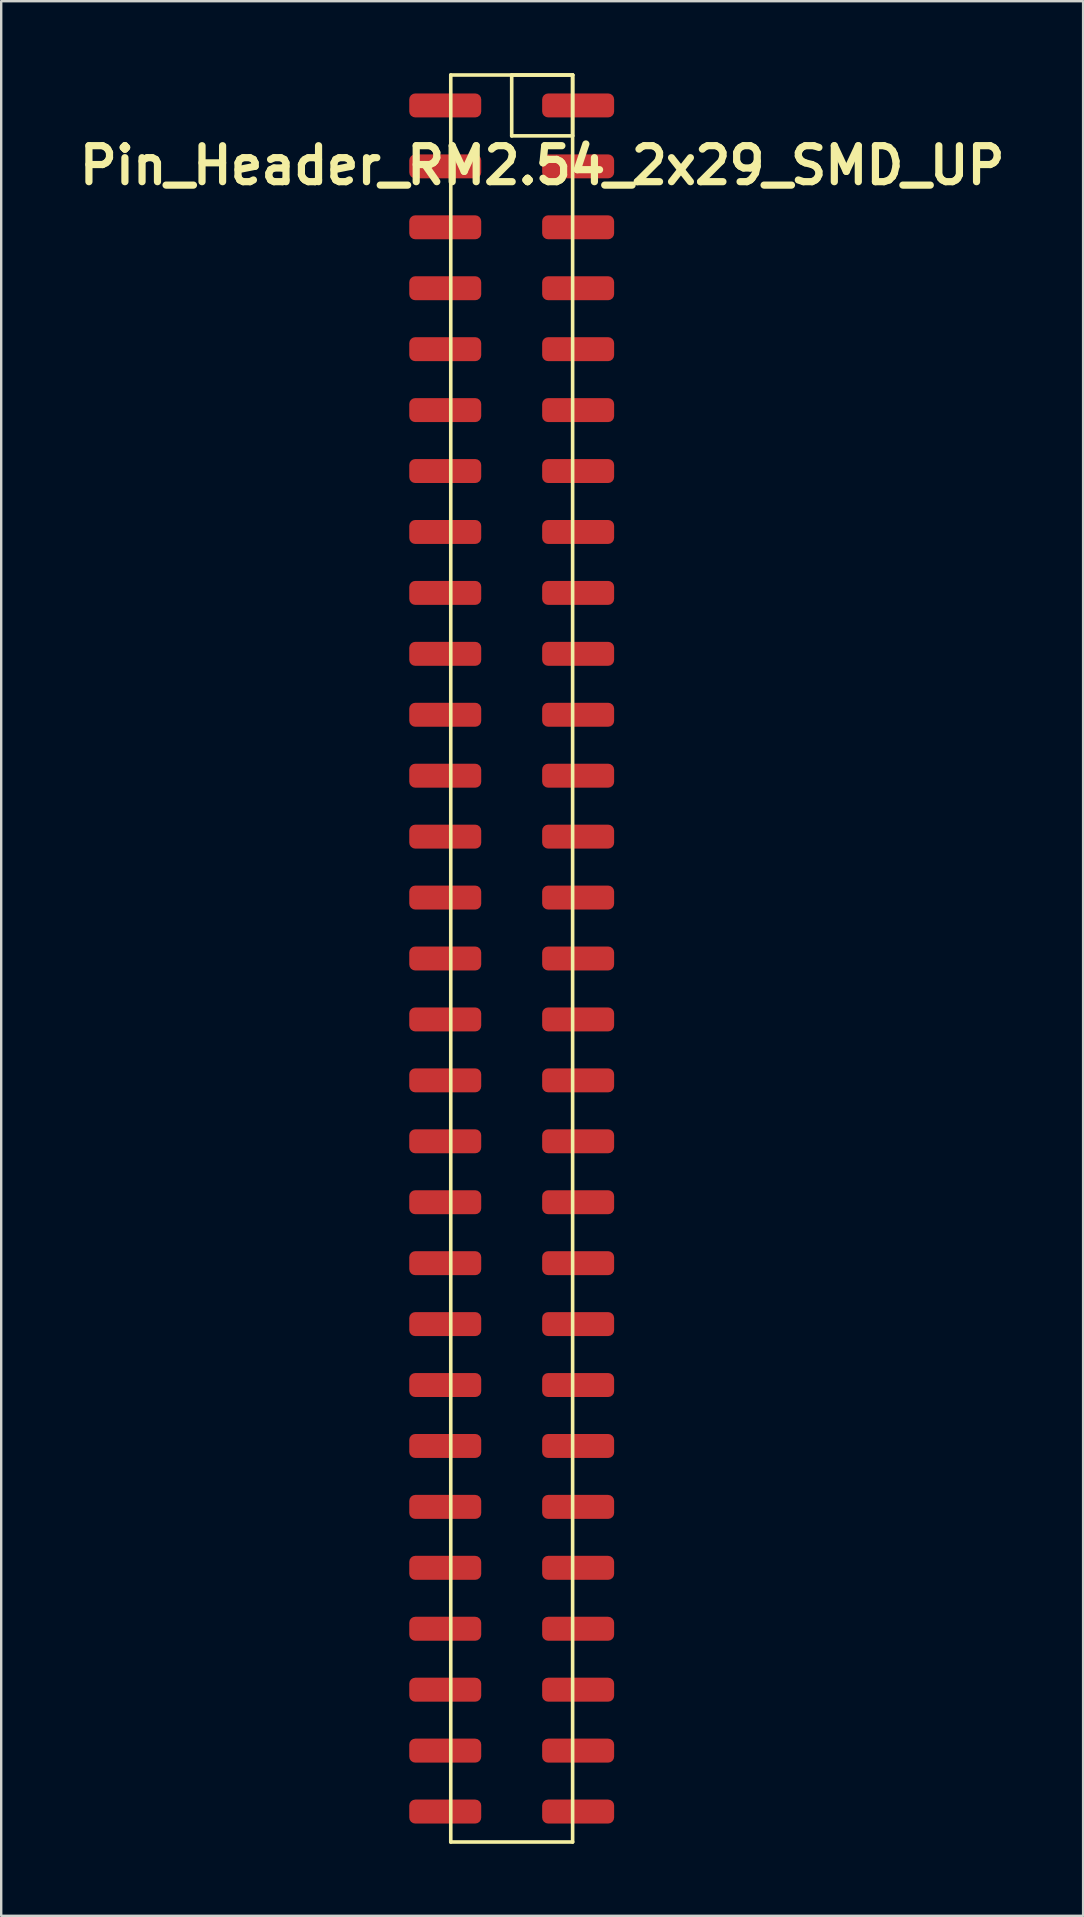
<source format=kicad_pcb>
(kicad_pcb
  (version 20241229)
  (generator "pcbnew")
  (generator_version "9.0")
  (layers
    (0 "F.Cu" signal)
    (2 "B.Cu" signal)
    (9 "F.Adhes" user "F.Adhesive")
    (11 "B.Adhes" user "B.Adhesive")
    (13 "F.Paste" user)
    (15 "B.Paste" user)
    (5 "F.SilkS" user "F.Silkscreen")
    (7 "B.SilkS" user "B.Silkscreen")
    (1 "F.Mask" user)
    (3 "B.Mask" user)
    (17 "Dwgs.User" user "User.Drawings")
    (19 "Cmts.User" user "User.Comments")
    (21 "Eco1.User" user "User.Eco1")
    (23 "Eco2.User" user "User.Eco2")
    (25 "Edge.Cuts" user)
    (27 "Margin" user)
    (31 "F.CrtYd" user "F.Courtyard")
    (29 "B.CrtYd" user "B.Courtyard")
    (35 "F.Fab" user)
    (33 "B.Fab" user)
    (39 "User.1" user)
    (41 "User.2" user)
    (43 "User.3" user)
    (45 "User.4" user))
  (footprint "Pin_Header_RM2.54_2x29_SMD_UP"
    (layer "F.Cu")
    (at 19.55 1.345)
    (property "Reference" "Pin_Header_RM2.54_2x29_SMD_UP" (at 0 2.5 0) (layer "F.SilkS") (effects (font (size 1.5 1.5) (thickness 0.3))))
    (attr through_hole)
    (fp_line (start -3.81 -1.27) (end 1.27 -1.27) (stroke (width 0.15) (type solid)) (layer "F.SilkS"))
    (fp_line (start -3.81 72.39) (end -3.81 -1.27) (stroke (width 0.15) (type solid)) (layer "F.SilkS"))
    (fp_line (start -1.27 -1.27) (end 1.27 -1.27) (stroke (width 0.15) (type solid)) (layer "F.SilkS"))
    (fp_line (start -1.27 1.27) (end -1.27 -1.27) (stroke (width 0.15) (type solid)) (layer "F.SilkS"))
    (fp_line (start 1.27 -1.27) (end 1.27 1.27) (stroke (width 0.15) (type solid)) (layer "F.SilkS"))
    (fp_line (start 1.27 -1.27) (end 1.27 72.39) (stroke (width 0.15) (type solid)) (layer "F.SilkS"))
    (fp_line (start 1.27 1.27) (end -1.27 1.27) (stroke (width 0.15) (type solid)) (layer "F.SilkS"))
    (fp_line (start 1.27 72.39) (end -3.81 72.39) (stroke (width 0.15) (type solid)) (layer "F.SilkS"))
    (pad "1" smd roundrect (at 1.5 0) (size 3 1) (layers "F.Cu" "F.Mask") (roundrect_rratio 0.25))
    (pad "2" smd roundrect (at -4.04 0) (size 3 1) (layers "F.Cu" "F.Mask") (roundrect_rratio 0.25))
    (pad "3" smd roundrect (at 1.5 2.54) (size 3 1) (layers "F.Cu" "F.Mask") (roundrect_rratio 0.25))
    (pad "4" smd roundrect (at -4.04 2.54) (size 3 1) (layers "F.Cu" "F.Mask") (roundrect_rratio 0.25))
    (pad "5" smd roundrect (at 1.5 5.08) (size 3 1) (layers "F.Cu" "F.Mask") (roundrect_rratio 0.25))
    (pad "6" smd roundrect (at -4.04 5.08) (size 3 1) (layers "F.Cu" "F.Mask") (roundrect_rratio 0.25))
    (pad "7" smd roundrect (at 1.5 7.62) (size 3 1) (layers "F.Cu" "F.Mask") (roundrect_rratio 0.25))
    (pad "8" smd roundrect (at -4.04 7.62) (size 3 1) (layers "F.Cu" "F.Mask") (roundrect_rratio 0.25))
    (pad "9" smd roundrect (at 1.5 10.16) (size 3 1) (layers "F.Cu" "F.Mask") (roundrect_rratio 0.25))
    (pad "10" smd roundrect (at -4.04 10.16) (size 3 1) (layers "F.Cu" "F.Mask") (roundrect_rratio 0.25))
    (pad "11" smd roundrect (at 1.5 12.7) (size 3 1) (layers "F.Cu" "F.Mask") (roundrect_rratio 0.25))
    (pad "12" smd roundrect (at -4.04 12.7) (size 3 1) (layers "F.Cu" "F.Mask") (roundrect_rratio 0.25))
    (pad "13" smd roundrect (at 1.5 15.24) (size 3 1) (layers "F.Cu" "F.Mask") (roundrect_rratio 0.25))
    (pad "14" smd roundrect (at -4.04 15.24) (size 3 1) (layers "F.Cu" "F.Mask") (roundrect_rratio 0.25))
    (pad "15" smd roundrect (at 1.5 17.78) (size 3 1) (layers "F.Cu" "F.Mask") (roundrect_rratio 0.25))
    (pad "16" smd roundrect (at -4.04 17.78) (size 3 1) (layers "F.Cu" "F.Mask") (roundrect_rratio 0.25))
    (pad "17" smd roundrect (at 1.5 20.32) (size 3 1) (layers "F.Cu" "F.Mask") (roundrect_rratio 0.25))
    (pad "18" smd roundrect (at -4.04 20.32) (size 3 1) (layers "F.Cu" "F.Mask") (roundrect_rratio 0.25))
    (pad "19" smd roundrect (at 1.5 22.86) (size 3 1) (layers "F.Cu" "F.Mask") (roundrect_rratio 0.25))
    (pad "20" smd roundrect (at -4.04 22.86) (size 3 1) (layers "F.Cu" "F.Mask") (roundrect_rratio 0.25))
    (pad "21" smd roundrect (at 1.5 25.4) (size 3 1) (layers "F.Cu" "F.Mask") (roundrect_rratio 0.25))
    (pad "22" smd roundrect (at -4.04 25.4) (size 3 1) (layers "F.Cu" "F.Mask") (roundrect_rratio 0.25))
    (pad "23" smd roundrect (at 1.5 27.94) (size 3 1) (layers "F.Cu" "F.Mask") (roundrect_rratio 0.25))
    (pad "24" smd roundrect (at -4.04 27.94) (size 3 1) (layers "F.Cu" "F.Mask") (roundrect_rratio 0.25))
    (pad "25" smd roundrect (at 1.5 30.48) (size 3 1) (layers "F.Cu" "F.Mask") (roundrect_rratio 0.25))
    (pad "26" smd roundrect (at -4.04 30.48) (size 3 1) (layers "F.Cu" "F.Mask") (roundrect_rratio 0.25))
    (pad "27" smd roundrect (at 1.5 33.02) (size 3 1) (layers "F.Cu" "F.Mask") (roundrect_rratio 0.25))
    (pad "28" smd roundrect (at -4.04 33.02) (size 3 1) (layers "F.Cu" "F.Mask") (roundrect_rratio 0.25))
    (pad "29" smd roundrect (at 1.5 35.56) (size 3 1) (layers "F.Cu" "F.Mask") (roundrect_rratio 0.25))
    (pad "30" smd roundrect (at -4.04 35.56) (size 3 1) (layers "F.Cu" "F.Mask") (roundrect_rratio 0.25))
    (pad "31" smd roundrect (at 1.5 38.1) (size 3 1) (layers "F.Cu" "F.Mask") (roundrect_rratio 0.25))
    (pad "32" smd roundrect (at -4.04 38.1) (size 3 1) (layers "F.Cu" "F.Mask") (roundrect_rratio 0.25))
    (pad "33" smd roundrect (at 1.5 40.64) (size 3 1) (layers "F.Cu" "F.Mask") (roundrect_rratio 0.25))
    (pad "34" smd roundrect (at -4.04 40.64) (size 3 1) (layers "F.Cu" "F.Mask") (roundrect_rratio 0.25))
    (pad "35" smd roundrect (at 1.5 43.18) (size 3 1) (layers "F.Cu" "F.Mask") (roundrect_rratio 0.25))
    (pad "36" smd roundrect (at -4.04 43.18) (size 3 1) (layers "F.Cu" "F.Mask") (roundrect_rratio 0.25))
    (pad "37" smd roundrect (at 1.5 45.72) (size 3 1) (layers "F.Cu" "F.Mask") (roundrect_rratio 0.25))
    (pad "38" smd roundrect (at -4.04 45.72) (size 3 1) (layers "F.Cu" "F.Mask") (roundrect_rratio 0.25))
    (pad "39" smd roundrect (at 1.5 48.26) (size 3 1) (layers "F.Cu" "F.Mask") (roundrect_rratio 0.25))
    (pad "40" smd roundrect (at -4.04 48.26) (size 3 1) (layers "F.Cu" "F.Mask") (roundrect_rratio 0.25))
    (pad "41" smd roundrect (at 1.5 50.8) (size 3 1) (layers "F.Cu" "F.Mask") (roundrect_rratio 0.25))
    (pad "42" smd roundrect (at -4.04 50.8) (size 3 1) (layers "F.Cu" "F.Mask") (roundrect_rratio 0.25))
    (pad "43" smd roundrect (at 1.5 53.34) (size 3 1) (layers "F.Cu" "F.Mask") (roundrect_rratio 0.25))
    (pad "44" smd roundrect (at -4.04 53.34) (size 3 1) (layers "F.Cu" "F.Mask") (roundrect_rratio 0.25))
    (pad "45" smd roundrect (at 1.5 55.88) (size 3 1) (layers "F.Cu" "F.Mask") (roundrect_rratio 0.25))
    (pad "46" smd roundrect (at -4.04 55.88) (size 3 1) (layers "F.Cu" "F.Mask") (roundrect_rratio 0.25))
    (pad "47" smd roundrect (at 1.5 58.42) (size 3 1) (layers "F.Cu" "F.Mask") (roundrect_rratio 0.25))
    (pad "48" smd roundrect (at -4.04 58.42) (size 3 1) (layers "F.Cu" "F.Mask") (roundrect_rratio 0.25))
    (pad "49" smd roundrect (at 1.5 60.96) (size 3 1) (layers "F.Cu" "F.Mask") (roundrect_rratio 0.25))
    (pad "50" smd roundrect (at -4.04 60.96) (size 3 1) (layers "F.Cu" "F.Mask") (roundrect_rratio 0.25))
    (pad "51" smd roundrect (at 1.5 63.5) (size 3 1) (layers "F.Cu" "F.Mask") (roundrect_rratio 0.25))
    (pad "52" smd roundrect (at -4.04 63.5) (size 3 1) (layers "F.Cu" "F.Mask") (roundrect_rratio 0.25))
    (pad "53" smd roundrect (at 1.5 66.04) (size 3 1) (layers "F.Cu" "F.Mask") (roundrect_rratio 0.25))
    (pad "54" smd roundrect (at -4.04 66.04) (size 3 1) (layers "F.Cu" "F.Mask") (roundrect_rratio 0.25))
    (pad "55" smd roundrect (at 1.5 68.58) (size 3 1) (layers "F.Cu" "F.Mask") (roundrect_rratio 0.25))
    (pad "56" smd roundrect (at -4.04 68.58) (size 3 1) (layers "F.Cu" "F.Mask") (roundrect_rratio 0.25))
    (pad "57" smd roundrect (at 1.5 71.12) (size 3 1) (layers "F.Cu" "F.Mask") (roundrect_rratio 0.25))
    (pad "58" smd roundrect (at -4.04 71.12) (size 3 1) (layers "F.Cu" "F.Mask") (roundrect_rratio 0.25)))
  (gr_rect
    (start -3 -3)
    (end 42.1 76.81)
    (stroke (width 0.1) (type default))
    (fill no)
    (layer "Edge.Cuts")))
</source>
